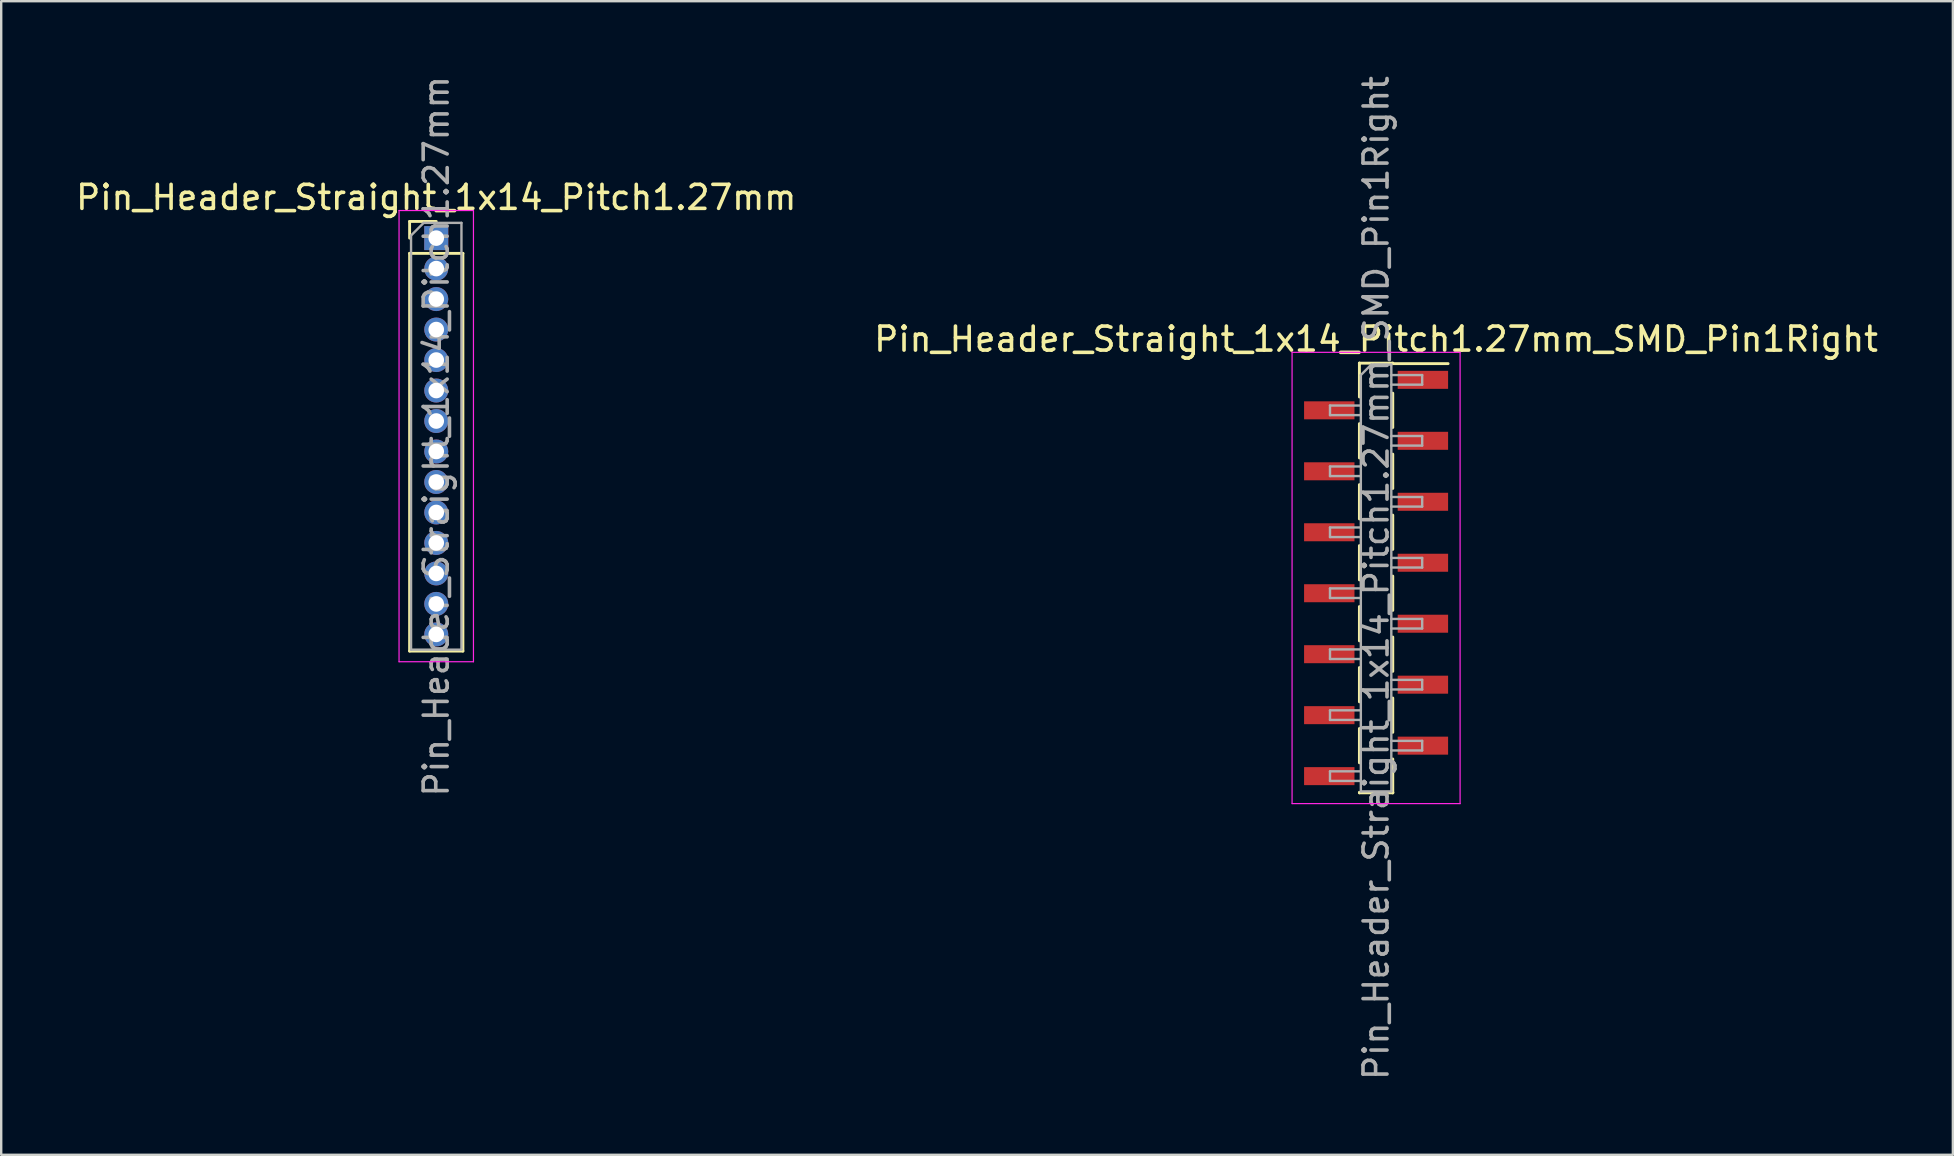
<source format=kicad_pcb>
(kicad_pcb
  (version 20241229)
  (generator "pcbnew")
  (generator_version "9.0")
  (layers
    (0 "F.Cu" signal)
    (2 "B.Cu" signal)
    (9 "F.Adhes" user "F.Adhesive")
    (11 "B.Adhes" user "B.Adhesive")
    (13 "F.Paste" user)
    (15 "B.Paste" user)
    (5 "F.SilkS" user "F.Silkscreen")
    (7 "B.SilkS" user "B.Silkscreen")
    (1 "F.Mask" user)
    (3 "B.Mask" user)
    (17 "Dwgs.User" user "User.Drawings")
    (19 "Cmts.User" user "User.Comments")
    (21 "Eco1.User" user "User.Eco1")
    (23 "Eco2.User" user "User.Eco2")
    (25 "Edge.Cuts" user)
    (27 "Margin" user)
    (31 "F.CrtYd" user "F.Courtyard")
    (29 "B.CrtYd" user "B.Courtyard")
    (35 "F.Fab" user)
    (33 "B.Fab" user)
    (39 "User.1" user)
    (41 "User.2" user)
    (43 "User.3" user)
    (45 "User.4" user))
  (footprint "Pin_Header_Straight_1x14_Pitch1.27mm"
    (layer "F.Cu")
    (at 15.125 6.87)
    (property "Reference" "Pin_Header_Straight_1x14_Pitch1.27mm" (at 0 -1.695 0) (layer "F.SilkS") (effects (font (size 1 1) (thickness 0.15))))
    (attr through_hole)
    (fp_line (start -1.11 -0.695) (end 0 -0.695) (stroke (width 0.12) (type solid)) (layer "F.SilkS"))
    (fp_line (start -1.11 0) (end -1.11 -0.695) (stroke (width 0.12) (type solid)) (layer "F.SilkS"))
    (fp_line (start -1.11 0.635) (end -1.11 17.205) (stroke (width 0.12) (type solid)) (layer "F.SilkS"))
    (fp_line (start -1.11 17.205) (end 1.11 17.205) (stroke (width 0.12) (type solid)) (layer "F.SilkS"))
    (fp_line (start 1.11 0.635) (end -1.11 0.635) (stroke (width 0.12) (type solid)) (layer "F.SilkS"))
    (fp_line (start 1.11 17.205) (end 1.11 0.635) (stroke (width 0.12) (type solid)) (layer "F.SilkS"))
    (fp_line (start -1.55 -1.15) (end -1.55 17.65) (stroke (width 0.05) (type solid)) (layer "F.CrtYd"))
    (fp_line (start -1.55 17.65) (end 1.55 17.65) (stroke (width 0.05) (type solid)) (layer "F.CrtYd"))
    (fp_line (start 1.55 -1.15) (end -1.55 -1.15) (stroke (width 0.05) (type solid)) (layer "F.CrtYd"))
    (fp_line (start 1.55 17.65) (end 1.55 -1.15) (stroke (width 0.05) (type solid)) (layer "F.CrtYd"))
    (fp_line (start -1.05 -0.11) (end -0.525 -0.635) (stroke (width 0.1) (type solid)) (layer "F.Fab"))
    (fp_line (start -1.05 17.145) (end -1.05 -0.11) (stroke (width 0.1) (type solid)) (layer "F.Fab"))
    (fp_line (start -0.525 -0.635) (end 1.05 -0.635) (stroke (width 0.1) (type solid)) (layer "F.Fab"))
    (fp_line (start 1.05 -0.635) (end 1.05 17.145) (stroke (width 0.1) (type solid)) (layer "F.Fab"))
    (fp_line (start 1.05 17.145) (end -1.05 17.145) (stroke (width 0.1) (type solid)) (layer "F.Fab"))
    (fp_text user "${REFERENCE}" (at 0 8.255 90) (layer "F.Fab") (effects (font (size 1 1) (thickness 0.15))))
    (pad "1" thru_hole rect (at 0 0) (size 1 1) (drill 0.65) (layers "*.Cu" "*.Mask"))
    (pad "2" thru_hole oval (at 0 1.27) (size 1 1) (drill 0.65) (layers "*.Cu" "*.Mask"))
    (pad "3" thru_hole oval (at 0 2.54) (size 1 1) (drill 0.65) (layers "*.Cu" "*.Mask"))
    (pad "4" thru_hole oval (at 0 3.81) (size 1 1) (drill 0.65) (layers "*.Cu" "*.Mask"))
    (pad "5" thru_hole oval (at 0 5.08) (size 1 1) (drill 0.65) (layers "*.Cu" "*.Mask"))
    (pad "6" thru_hole oval (at 0 6.35) (size 1 1) (drill 0.65) (layers "*.Cu" "*.Mask"))
    (pad "7" thru_hole oval (at 0 7.62) (size 1 1) (drill 0.65) (layers "*.Cu" "*.Mask"))
    (pad "8" thru_hole oval (at 0 8.89) (size 1 1) (drill 0.65) (layers "*.Cu" "*.Mask"))
    (pad "9" thru_hole oval (at 0 10.16) (size 1 1) (drill 0.65) (layers "*.Cu" "*.Mask"))
    (pad "10" thru_hole oval (at 0 11.43) (size 1 1) (drill 0.65) (layers "*.Cu" "*.Mask"))
    (pad "11" thru_hole oval (at 0 12.7) (size 1 1) (drill 0.65) (layers "*.Cu" "*.Mask"))
    (pad "12" thru_hole oval (at 0 13.97) (size 1 1) (drill 0.65) (layers "*.Cu" "*.Mask"))
    (pad "13" thru_hole oval (at 0 15.24) (size 1 1) (drill 0.65) (layers "*.Cu" "*.Mask"))
    (pad "14" thru_hole oval (at 0 16.51) (size 1 1) (drill 0.65) (layers "*.Cu" "*.Mask")))
  (footprint "Pin_Header_Straight_1x14_Pitch1.27mm_SMD_Pin1Right"
    (layer "F.Cu")
    (at 54.28 21.03)
    (property "Reference" "Pin_Header_Straight_1x14_Pitch1.27mm_SMD_Pin1Right" (at 0 -9.95 0) (layer "F.SilkS") (effects (font (size 1 1) (thickness 0.15))))
    (attr smd)
    (fp_line (start -0.695 -8.95) (end -0.695 -7.54) (stroke (width 0.12) (type solid)) (layer "F.SilkS"))
    (fp_line (start -0.695 -8.95) (end 0.695 -8.95) (stroke (width 0.12) (type solid)) (layer "F.SilkS"))
    (fp_line (start -0.695 -8.93) (end -0.695 -8.95) (stroke (width 0.12) (type solid)) (layer "F.SilkS"))
    (fp_line (start -0.695 -6.43) (end -0.695 -5) (stroke (width 0.12) (type solid)) (layer "F.SilkS"))
    (fp_line (start -0.695 -3.89) (end -0.695 -2.46) (stroke (width 0.12) (type solid)) (layer "F.SilkS"))
    (fp_line (start -0.695 -1.35) (end -0.695 0.08) (stroke (width 0.12) (type solid)) (layer "F.SilkS"))
    (fp_line (start -0.695 1.19) (end -0.695 2.62) (stroke (width 0.12) (type solid)) (layer "F.SilkS"))
    (fp_line (start -0.695 3.73) (end -0.695 5.16) (stroke (width 0.12) (type solid)) (layer "F.SilkS"))
    (fp_line (start -0.695 6.27) (end -0.695 7.7) (stroke (width 0.12) (type solid)) (layer "F.SilkS"))
    (fp_line (start -0.695 8.93) (end -0.695 8.95) (stroke (width 0.12) (type solid)) (layer "F.SilkS"))
    (fp_line (start -0.695 8.95) (end 0.695 8.95) (stroke (width 0.12) (type solid)) (layer "F.SilkS"))
    (fp_line (start 0.695 -8.95) (end 0.695 -8.93) (stroke (width 0.12) (type solid)) (layer "F.SilkS"))
    (fp_line (start 0.695 -8.93) (end 3 -8.93) (stroke (width 0.12) (type solid)) (layer "F.SilkS"))
    (fp_line (start 0.695 -7.7) (end 0.695 -6.27) (stroke (width 0.12) (type solid)) (layer "F.SilkS"))
    (fp_line (start 0.695 -5.16) (end 0.695 -3.73) (stroke (width 0.12) (type solid)) (layer "F.SilkS"))
    (fp_line (start 0.695 -2.62) (end 0.695 -1.19) (stroke (width 0.12) (type solid)) (layer "F.SilkS"))
    (fp_line (start 0.695 -0.08) (end 0.695 1.35) (stroke (width 0.12) (type solid)) (layer "F.SilkS"))
    (fp_line (start 0.695 2.46) (end 0.695 3.89) (stroke (width 0.12) (type solid)) (layer "F.SilkS"))
    (fp_line (start 0.695 5) (end 0.695 6.43) (stroke (width 0.12) (type solid)) (layer "F.SilkS"))
    (fp_line (start 0.695 7.54) (end 0.695 8.95) (stroke (width 0.12) (type solid)) (layer "F.SilkS"))
    (fp_line (start 0.695 8.95) (end 0.695 8.93) (stroke (width 0.12) (type solid)) (layer "F.SilkS"))
    (fp_line (start -3.5 -9.4) (end -3.5 9.4) (stroke (width 0.05) (type solid)) (layer "F.CrtYd"))
    (fp_line (start -3.5 9.4) (end 3.5 9.4) (stroke (width 0.05) (type solid)) (layer "F.CrtYd"))
    (fp_line (start 3.5 -9.4) (end -3.5 -9.4) (stroke (width 0.05) (type solid)) (layer "F.CrtYd"))
    (fp_line (start 3.5 9.4) (end 3.5 -9.4) (stroke (width 0.05) (type solid)) (layer "F.CrtYd"))
    (fp_line (start -1.92 -7.185) (end -1.92 -6.785) (stroke (width 0.1) (type solid)) (layer "F.Fab"))
    (fp_line (start -1.92 -6.785) (end -0.635 -6.785) (stroke (width 0.1) (type solid)) (layer "F.Fab"))
    (fp_line (start -1.92 -4.645) (end -1.92 -4.245) (stroke (width 0.1) (type solid)) (layer "F.Fab"))
    (fp_line (start -1.92 -4.245) (end -0.635 -4.245) (stroke (width 0.1) (type solid)) (layer "F.Fab"))
    (fp_line (start -1.92 -2.105) (end -1.92 -1.705) (stroke (width 0.1) (type solid)) (layer "F.Fab"))
    (fp_line (start -1.92 -1.705) (end -0.635 -1.705) (stroke (width 0.1) (type solid)) (layer "F.Fab"))
    (fp_line (start -1.92 0.435) (end -1.92 0.835) (stroke (width 0.1) (type solid)) (layer "F.Fab"))
    (fp_line (start -1.92 0.835) (end -0.635 0.835) (stroke (width 0.1) (type solid)) (layer "F.Fab"))
    (fp_line (start -1.92 2.975) (end -1.92 3.375) (stroke (width 0.1) (type solid)) (layer "F.Fab"))
    (fp_line (start -1.92 3.375) (end -0.635 3.375) (stroke (width 0.1) (type solid)) (layer "F.Fab"))
    (fp_line (start -1.92 5.515) (end -1.92 5.915) (stroke (width 0.1) (type solid)) (layer "F.Fab"))
    (fp_line (start -1.92 5.915) (end -0.635 5.915) (stroke (width 0.1) (type solid)) (layer "F.Fab"))
    (fp_line (start -1.92 8.055) (end -1.92 8.455) (stroke (width 0.1) (type solid)) (layer "F.Fab"))
    (fp_line (start -1.92 8.455) (end -0.635 8.455) (stroke (width 0.1) (type solid)) (layer "F.Fab"))
    (fp_line (start -0.635 -8.455) (end -0.2 -8.89) (stroke (width 0.1) (type solid)) (layer "F.Fab"))
    (fp_line (start -0.635 -7.185) (end -1.92 -7.185) (stroke (width 0.1) (type solid)) (layer "F.Fab"))
    (fp_line (start -0.635 -4.645) (end -1.92 -4.645) (stroke (width 0.1) (type solid)) (layer "F.Fab"))
    (fp_line (start -0.635 -2.105) (end -1.92 -2.105) (stroke (width 0.1) (type solid)) (layer "F.Fab"))
    (fp_line (start -0.635 0.435) (end -1.92 0.435) (stroke (width 0.1) (type solid)) (layer "F.Fab"))
    (fp_line (start -0.635 2.975) (end -1.92 2.975) (stroke (width 0.1) (type solid)) (layer "F.Fab"))
    (fp_line (start -0.635 5.515) (end -1.92 5.515) (stroke (width 0.1) (type solid)) (layer "F.Fab"))
    (fp_line (start -0.635 8.055) (end -1.92 8.055) (stroke (width 0.1) (type solid)) (layer "F.Fab"))
    (fp_line (start -0.635 8.89) (end -0.635 -8.455) (stroke (width 0.1) (type solid)) (layer "F.Fab"))
    (fp_line (start -0.2 -8.89) (end 0.635 -8.89) (stroke (width 0.1) (type solid)) (layer "F.Fab"))
    (fp_line (start 0.635 -8.89) (end 0.635 8.89) (stroke (width 0.1) (type solid)) (layer "F.Fab"))
    (fp_line (start 0.635 -8.455) (end 1.92 -8.455) (stroke (width 0.1) (type solid)) (layer "F.Fab"))
    (fp_line (start 0.635 -5.915) (end 1.92 -5.915) (stroke (width 0.1) (type solid)) (layer "F.Fab"))
    (fp_line (start 0.635 -3.375) (end 1.92 -3.375) (stroke (width 0.1) (type solid)) (layer "F.Fab"))
    (fp_line (start 0.635 -0.835) (end 1.92 -0.835) (stroke (width 0.1) (type solid)) (layer "F.Fab"))
    (fp_line (start 0.635 1.705) (end 1.92 1.705) (stroke (width 0.1) (type solid)) (layer "F.Fab"))
    (fp_line (start 0.635 4.245) (end 1.92 4.245) (stroke (width 0.1) (type solid)) (layer "F.Fab"))
    (fp_line (start 0.635 6.785) (end 1.92 6.785) (stroke (width 0.1) (type solid)) (layer "F.Fab"))
    (fp_line (start 0.635 8.89) (end -0.635 8.89) (stroke (width 0.1) (type solid)) (layer "F.Fab"))
    (fp_line (start 1.92 -8.455) (end 1.92 -8.055) (stroke (width 0.1) (type solid)) (layer "F.Fab"))
    (fp_line (start 1.92 -8.055) (end 0.635 -8.055) (stroke (width 0.1) (type solid)) (layer "F.Fab"))
    (fp_line (start 1.92 -5.915) (end 1.92 -5.515) (stroke (width 0.1) (type solid)) (layer "F.Fab"))
    (fp_line (start 1.92 -5.515) (end 0.635 -5.515) (stroke (width 0.1) (type solid)) (layer "F.Fab"))
    (fp_line (start 1.92 -3.375) (end 1.92 -2.975) (stroke (width 0.1) (type solid)) (layer "F.Fab"))
    (fp_line (start 1.92 -2.975) (end 0.635 -2.975) (stroke (width 0.1) (type solid)) (layer "F.Fab"))
    (fp_line (start 1.92 -0.835) (end 1.92 -0.435) (stroke (width 0.1) (type solid)) (layer "F.Fab"))
    (fp_line (start 1.92 -0.435) (end 0.635 -0.435) (stroke (width 0.1) (type solid)) (layer "F.Fab"))
    (fp_line (start 1.92 1.705) (end 1.92 2.105) (stroke (width 0.1) (type solid)) (layer "F.Fab"))
    (fp_line (start 1.92 2.105) (end 0.635 2.105) (stroke (width 0.1) (type solid)) (layer "F.Fab"))
    (fp_line (start 1.92 4.245) (end 1.92 4.645) (stroke (width 0.1) (type solid)) (layer "F.Fab"))
    (fp_line (start 1.92 4.645) (end 0.635 4.645) (stroke (width 0.1) (type solid)) (layer "F.Fab"))
    (fp_line (start 1.92 6.785) (end 1.92 7.185) (stroke (width 0.1) (type solid)) (layer "F.Fab"))
    (fp_line (start 1.92 7.185) (end 0.635 7.185) (stroke (width 0.1) (type solid)) (layer "F.Fab"))
    (fp_text user "${REFERENCE}" (at 0 0 90) (layer "F.Fab") (effects (font (size 1 1) (thickness 0.15))))
    (pad "1" smd rect (at 1.95 -8.255) (size 2.1 0.75) (layers "F.Cu" "F.Mask" "F.Paste"))
    (pad "2" smd rect (at -1.95 -6.985) (size 2.1 0.75) (layers "F.Cu" "F.Mask" "F.Paste"))
    (pad "3" smd rect (at 1.95 -5.715) (size 2.1 0.75) (layers "F.Cu" "F.Mask" "F.Paste"))
    (pad "4" smd rect (at -1.95 -4.445) (size 2.1 0.75) (layers "F.Cu" "F.Mask" "F.Paste"))
    (pad "5" smd rect (at 1.95 -3.175) (size 2.1 0.75) (layers "F.Cu" "F.Mask" "F.Paste"))
    (pad "6" smd rect (at -1.95 -1.905) (size 2.1 0.75) (layers "F.Cu" "F.Mask" "F.Paste"))
    (pad "7" smd rect (at 1.95 -0.635) (size 2.1 0.75) (layers "F.Cu" "F.Mask" "F.Paste"))
    (pad "8" smd rect (at -1.95 0.635) (size 2.1 0.75) (layers "F.Cu" "F.Mask" "F.Paste"))
    (pad "9" smd rect (at 1.95 1.905) (size 2.1 0.75) (layers "F.Cu" "F.Mask" "F.Paste"))
    (pad "10" smd rect (at -1.95 3.175) (size 2.1 0.75) (layers "F.Cu" "F.Mask" "F.Paste"))
    (pad "11" smd rect (at 1.95 4.445) (size 2.1 0.75) (layers "F.Cu" "F.Mask" "F.Paste"))
    (pad "12" smd rect (at -1.95 5.715) (size 2.1 0.75) (layers "F.Cu" "F.Mask" "F.Paste"))
    (pad "13" smd rect (at 1.95 6.985) (size 2.1 0.75) (layers "F.Cu" "F.Mask" "F.Paste"))
    (pad "14" smd rect (at -1.95 8.255) (size 2.1 0.75) (layers "F.Cu" "F.Mask" "F.Paste")))
  (gr_rect
    (start -3 -3)
    (end 78.31 45.06)
    (stroke (width 0.1) (type default))
    (fill no)
    (layer "Edge.Cuts")))
</source>
